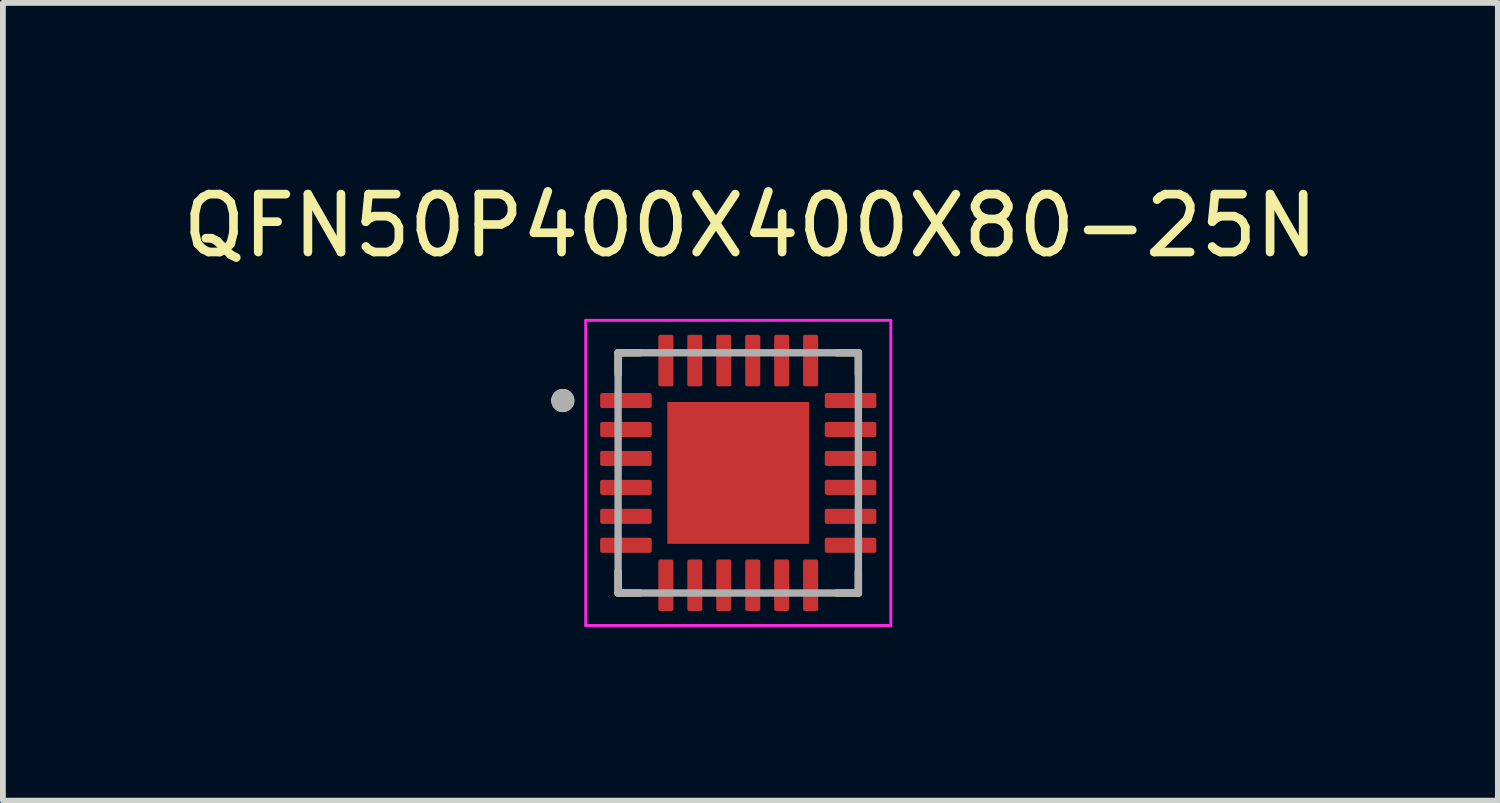
<source format=kicad_pcb>
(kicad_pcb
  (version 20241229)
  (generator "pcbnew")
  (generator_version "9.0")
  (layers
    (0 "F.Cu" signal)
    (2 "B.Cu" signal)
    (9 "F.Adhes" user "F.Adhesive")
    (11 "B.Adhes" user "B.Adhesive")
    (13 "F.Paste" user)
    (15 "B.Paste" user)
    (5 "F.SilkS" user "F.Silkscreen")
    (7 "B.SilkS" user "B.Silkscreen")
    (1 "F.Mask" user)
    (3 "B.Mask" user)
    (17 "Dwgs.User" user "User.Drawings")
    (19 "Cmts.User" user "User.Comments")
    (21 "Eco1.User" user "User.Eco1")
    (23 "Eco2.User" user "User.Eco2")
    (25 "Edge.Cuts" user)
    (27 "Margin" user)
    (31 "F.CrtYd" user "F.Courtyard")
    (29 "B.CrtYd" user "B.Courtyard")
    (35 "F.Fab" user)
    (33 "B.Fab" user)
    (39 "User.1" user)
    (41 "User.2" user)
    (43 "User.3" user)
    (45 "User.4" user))
  (footprint "QFN50P400X400X80-25N"
    (layer "F.Cu")
    (at 9.701 5.118)
    (property "Reference" "QFN50P400X400X80-25N" (at 0.21 -4.27 0) (layer "F.SilkS") (effects (font (size 1 1) (thickness 0.15))))
    (attr smd)
    (fp_line (start -2.075 -2.075) (end -2.075 -1.7) (stroke (width 0.127) (type solid)) (layer "F.SilkS"))
    (fp_line (start -2.075 -2.075) (end -1.7 -2.075) (stroke (width 0.127) (type solid)) (layer "F.SilkS"))
    (fp_line (start -2.075 2.075) (end -2.075 1.7) (stroke (width 0.127) (type solid)) (layer "F.SilkS"))
    (fp_line (start -2.075 2.075) (end -1.7 2.075) (stroke (width 0.127) (type solid)) (layer "F.SilkS"))
    (fp_line (start 2.075 -2.075) (end 1.7 -2.075) (stroke (width 0.127) (type solid)) (layer "F.SilkS"))
    (fp_line (start 2.075 -2.075) (end 2.075 -1.7) (stroke (width 0.127) (type solid)) (layer "F.SilkS"))
    (fp_line (start 2.075 2.075) (end 1.7 2.075) (stroke (width 0.127) (type solid)) (layer "F.SilkS"))
    (fp_line (start 2.075 2.075) (end 2.075 1.7) (stroke (width 0.127) (type solid)) (layer "F.SilkS"))
    (fp_circle (center -3.03 -1.25) (end -2.93 -1.25) (stroke (width 0.2) (type solid)) (fill no) (layer "F.SilkS"))
    (fp_poly (pts (xy -0.77 -0.77) (xy 0.77 -0.77) (xy 0.77 0.77) (xy -0.77 0.77)) (stroke (width 0.01) (type solid)) (fill yes) (layer "F.Paste"))
    (fp_line (start -2.635 -2.635) (end 2.635 -2.635) (stroke (width 0.05) (type solid)) (layer "F.CrtYd"))
    (fp_line (start -2.635 2.635) (end -2.635 -2.635) (stroke (width 0.05) (type solid)) (layer "F.CrtYd"))
    (fp_line (start -2.635 2.635) (end 2.635 2.635) (stroke (width 0.05) (type solid)) (layer "F.CrtYd"))
    (fp_line (start 2.635 2.635) (end 2.635 -2.635) (stroke (width 0.05) (type solid)) (layer "F.CrtYd"))
    (fp_line (start -2.075 2.075) (end -2.075 -2.075) (stroke (width 0.127) (type solid)) (layer "F.Fab"))
    (fp_line (start 2.075 -2.075) (end -2.075 -2.075) (stroke (width 0.127) (type solid)) (layer "F.Fab"))
    (fp_line (start 2.075 2.075) (end -2.075 2.075) (stroke (width 0.127) (type solid)) (layer "F.Fab"))
    (fp_line (start 2.075 2.075) (end 2.075 -2.075) (stroke (width 0.127) (type solid)) (layer "F.Fab"))
    (fp_circle (center -3.03 -1.25) (end -2.93 -1.25) (stroke (width 0.2) (type solid)) (fill no) (layer "F.Fab"))
    (pad "1" smd roundrect (at -1.94 -1.25) (size 0.89 0.26) (layers "F.Cu" "F.Mask" "F.Paste") (roundrect_rratio 0.125))
    (pad "2" smd roundrect (at -1.94 -0.75) (size 0.89 0.26) (layers "F.Cu" "F.Mask" "F.Paste") (roundrect_rratio 0.125))
    (pad "3" smd roundrect (at -1.94 -0.25) (size 0.89 0.26) (layers "F.Cu" "F.Mask" "F.Paste") (roundrect_rratio 0.125))
    (pad "4" smd roundrect (at -1.94 0.25) (size 0.89 0.26) (layers "F.Cu" "F.Mask" "F.Paste") (roundrect_rratio 0.125))
    (pad "5" smd roundrect (at -1.94 0.75) (size 0.89 0.26) (layers "F.Cu" "F.Mask" "F.Paste") (roundrect_rratio 0.125))
    (pad "6" smd roundrect (at -1.94 1.25) (size 0.89 0.26) (layers "F.Cu" "F.Mask" "F.Paste") (roundrect_rratio 0.125))
    (pad "7" smd roundrect (at -1.25 1.94) (size 0.26 0.89) (layers "F.Cu" "F.Mask" "F.Paste") (roundrect_rratio 0.125))
    (pad "8" smd roundrect (at -0.75 1.94) (size 0.26 0.89) (layers "F.Cu" "F.Mask" "F.Paste") (roundrect_rratio 0.125))
    (pad "9" smd roundrect (at -0.25 1.94) (size 0.26 0.89) (layers "F.Cu" "F.Mask" "F.Paste") (roundrect_rratio 0.125))
    (pad "10" smd roundrect (at 0.25 1.94) (size 0.26 0.89) (layers "F.Cu" "F.Mask" "F.Paste") (roundrect_rratio 0.125))
    (pad "11" smd roundrect (at 0.75 1.94) (size 0.26 0.89) (layers "F.Cu" "F.Mask" "F.Paste") (roundrect_rratio 0.125))
    (pad "12" smd roundrect (at 1.25 1.94) (size 0.26 0.89) (layers "F.Cu" "F.Mask" "F.Paste") (roundrect_rratio 0.125))
    (pad "13" smd roundrect (at 1.94 1.25) (size 0.89 0.26) (layers "F.Cu" "F.Mask" "F.Paste") (roundrect_rratio 0.125))
    (pad "14" smd roundrect (at 1.94 0.75) (size 0.89 0.26) (layers "F.Cu" "F.Mask" "F.Paste") (roundrect_rratio 0.125))
    (pad "15" smd roundrect (at 1.94 0.25) (size 0.89 0.26) (layers "F.Cu" "F.Mask" "F.Paste") (roundrect_rratio 0.125))
    (pad "16" smd roundrect (at 1.94 -0.25) (size 0.89 0.26) (layers "F.Cu" "F.Mask" "F.Paste") (roundrect_rratio 0.125))
    (pad "17" smd roundrect (at 1.94 -0.75) (size 0.89 0.26) (layers "F.Cu" "F.Mask" "F.Paste") (roundrect_rratio 0.125))
    (pad "18" smd roundrect (at 1.94 -1.25) (size 0.89 0.26) (layers "F.Cu" "F.Mask" "F.Paste") (roundrect_rratio 0.125))
    (pad "19" smd roundrect (at 1.25 -1.94) (size 0.26 0.89) (layers "F.Cu" "F.Mask" "F.Paste") (roundrect_rratio 0.125))
    (pad "20" smd roundrect (at 0.75 -1.94) (size 0.26 0.89) (layers "F.Cu" "F.Mask" "F.Paste") (roundrect_rratio 0.125))
    (pad "21" smd roundrect (at 0.25 -1.94) (size 0.26 0.89) (layers "F.Cu" "F.Mask" "F.Paste") (roundrect_rratio 0.125))
    (pad "22" smd roundrect (at -0.25 -1.94) (size 0.26 0.89) (layers "F.Cu" "F.Mask" "F.Paste") (roundrect_rratio 0.125))
    (pad "23" smd roundrect (at -0.75 -1.94) (size 0.26 0.89) (layers "F.Cu" "F.Mask" "F.Paste") (roundrect_rratio 0.125))
    (pad "24" smd roundrect (at -1.25 -1.94) (size 0.26 0.89) (layers "F.Cu" "F.Mask" "F.Paste") (roundrect_rratio 0.125))
    (pad "25" smd rect (at 0 0) (size 2.45 2.45) (layers "F.Cu" "F.Mask")))
  (gr_rect
    (start -3 -3)
    (end 22.821 10.778)
    (stroke (width 0.1) (type default))
    (fill no)
    (layer "Edge.Cuts")))
</source>
